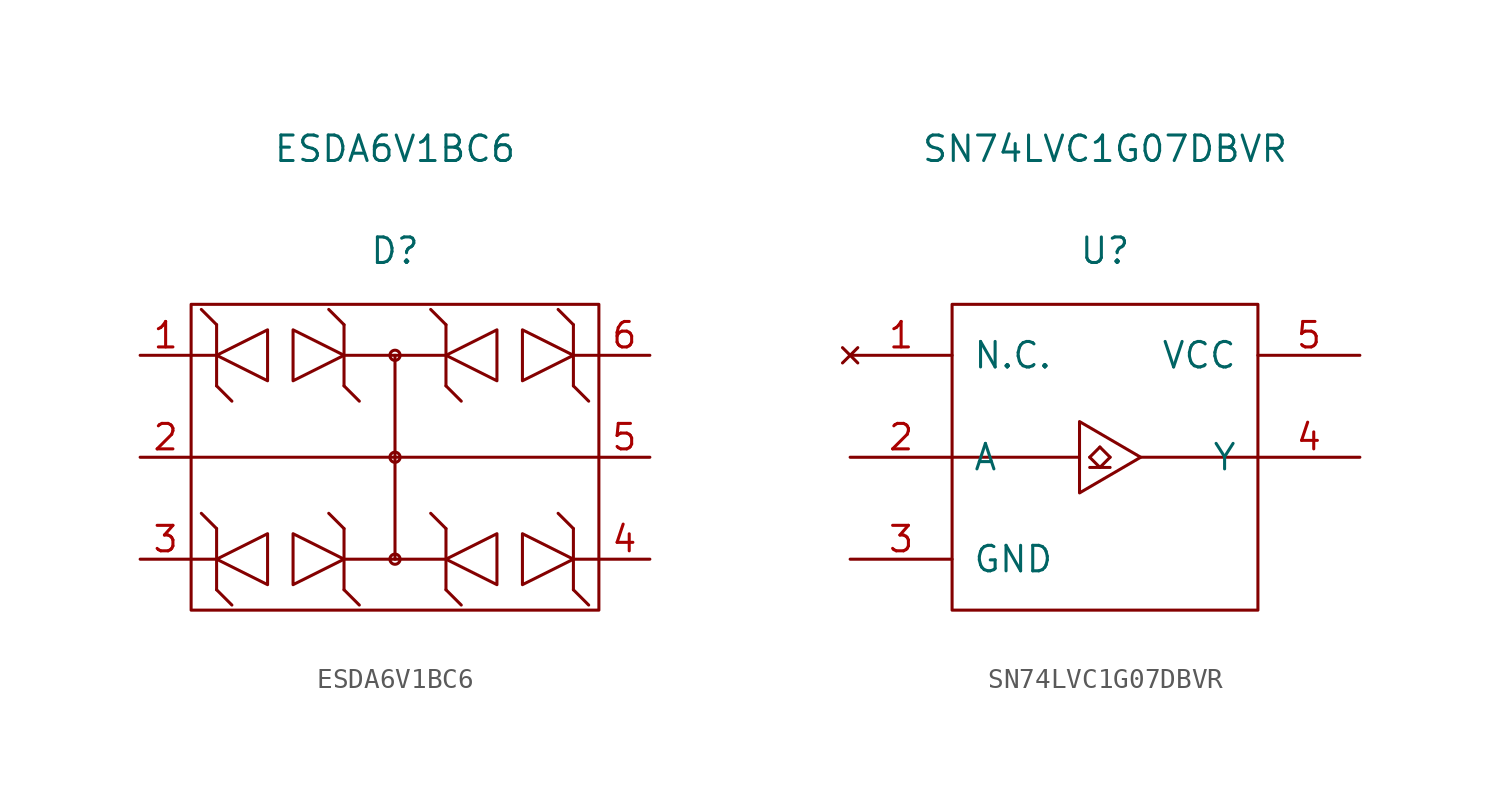
<source format=kicad_sym>
(kicad_symbol_lib
  (version 20231120)
  (generator "kicad_symbol_editor")
  (generator_version "8.0")
  (symbol "ESDA6V1BC6"
    (pin_names
      (offset 1.016) hide)
    (property "Reference" "D"
      (at 0 10.287 0)
      (effects (font (size 1.27 1.27))))
    (property "Value" "ESDA6V1BC6"
      (at 0 15.367 0)
      (effects (font (size 1.27 1.27))))
    (symbol "ESDA6V1BC6_1_1"
      (rectangle (start -10.16 7.62) (end 10.16 -7.62) (stroke (width 0.152) (type solid)) (fill (type none)))
      (circle (center 0 -5.08) (radius 0.254) (stroke (width 0.152) (type solid)) (fill (type none)))
      (polyline (pts (xy -10.16 0) (xy 10.16 0)) (stroke (width 0.152) (type solid)) (fill (type none)))
      (polyline (pts (xy -9.652 -2.794) (xy -8.89 -3.556)) (stroke (width 0.152) (type solid)) (fill (type none)))
      (polyline (pts (xy -9.652 7.366) (xy -8.89 6.604)) (stroke (width 0.152) (type solid)) (fill (type none)))
      (polyline (pts (xy -8.89 -6.604) (xy -8.89 -3.556)) (stroke (width 0.152) (type solid)) (fill (type none)))
      (polyline (pts (xy -8.89 -6.604) (xy -8.128 -7.366)) (stroke (width 0.152) (type solid)) (fill (type none)))
      (polyline (pts (xy -8.89 -5.08) (xy -10.16 -5.08)) (stroke (width 0.152) (type solid)) (fill (type none)))
      (polyline (pts (xy -8.89 3.556) (xy -8.89 6.604)) (stroke (width 0.152) (type solid)) (fill (type none)))
      (polyline (pts (xy -8.89 3.556) (xy -8.128 2.794)) (stroke (width 0.152) (type solid)) (fill (type none)))
      (polyline (pts (xy -8.89 5.08) (xy -10.16 5.08)) (stroke (width 0.152) (type solid)) (fill (type none)))
      (polyline (pts (xy -2.54 -5.08) (xy 2.54 -5.08)) (stroke (width 0.152) (type solid)) (fill (type none)))
      (polyline (pts (xy -2.54 -3.556) (xy -3.302 -2.794)) (stroke (width 0.152) (type solid)) (fill (type none)))
      (polyline (pts (xy -2.54 -3.556) (xy -2.54 -6.604)) (stroke (width 0.152) (type solid)) (fill (type none)))
      (polyline (pts (xy -2.54 5.08) (xy 2.54 5.08)) (stroke (width 0.152) (type solid)) (fill (type none)))
      (polyline (pts (xy -2.54 6.604) (xy -3.302 7.366)) (stroke (width 0.152) (type solid)) (fill (type none)))
      (polyline (pts (xy -2.54 6.604) (xy -2.54 3.556)) (stroke (width 0.152) (type solid)) (fill (type none)))
      (polyline (pts (xy -1.778 -7.366) (xy -2.54 -6.604)) (stroke (width 0.152) (type solid)) (fill (type none)))
      (polyline (pts (xy -1.778 2.794) (xy -2.54 3.556)) (stroke (width 0.152) (type solid)) (fill (type none)))
      (polyline (pts (xy 0 5.08) (xy 0 -5.08)) (stroke (width 0.152) (type solid)) (fill (type none)))
      (polyline (pts (xy 1.778 -2.794) (xy 2.54 -3.556)) (stroke (width 0.152) (type solid)) (fill (type none)))
      (polyline (pts (xy 1.778 7.366) (xy 2.54 6.604)) (stroke (width 0.152) (type solid)) (fill (type none)))
      (polyline (pts (xy 2.54 -6.604) (xy 2.54 -3.556)) (stroke (width 0.152) (type solid)) (fill (type none)))
      (polyline (pts (xy 2.54 -6.604) (xy 3.302 -7.366)) (stroke (width 0.152) (type solid)) (fill (type none)))
      (polyline (pts (xy 2.54 3.556) (xy 2.54 6.604)) (stroke (width 0.152) (type solid)) (fill (type none)))
      (polyline (pts (xy 2.54 3.556) (xy 3.302 2.794)) (stroke (width 0.152) (type solid)) (fill (type none)))
      (polyline (pts (xy 8.89 -5.08) (xy 10.16 -5.08)) (stroke (width 0.152) (type solid)) (fill (type none)))
      (polyline (pts (xy 8.89 -3.556) (xy 8.128 -2.794)) (stroke (width 0.152) (type solid)) (fill (type none)))
      (polyline (pts (xy 8.89 -3.556) (xy 8.89 -6.604)) (stroke (width 0.152) (type solid)) (fill (type none)))
      (polyline (pts (xy 8.89 5.08) (xy 10.16 5.08)) (stroke (width 0.152) (type solid)) (fill (type none)))
      (polyline (pts (xy 8.89 6.604) (xy 8.128 7.366)) (stroke (width 0.152) (type solid)) (fill (type none)))
      (polyline (pts (xy 8.89 6.604) (xy 8.89 3.556)) (stroke (width 0.152) (type solid)) (fill (type none)))
      (polyline (pts (xy 9.652 -7.366) (xy 8.89 -6.604)) (stroke (width 0.152) (type solid)) (fill (type none)))
      (polyline (pts (xy 9.652 2.794) (xy 8.89 3.556)) (stroke (width 0.152) (type solid)) (fill (type none)))
      (polyline (pts (xy -6.35 -6.35) (xy -8.89 -5.08) (xy -6.35 -3.81) (xy -6.35 -6.35)) (stroke (width 0.152) (type solid)) (fill (type none)))
      (polyline (pts (xy -6.35 3.81) (xy -8.89 5.08) (xy -6.35 6.35) (xy -6.35 3.81)) (stroke (width 0.152) (type solid)) (fill (type none)))
      (polyline (pts (xy -5.08 -3.81) (xy -2.54 -5.08) (xy -5.08 -6.35) (xy -5.08 -3.81)) (stroke (width 0.152) (type solid)) (fill (type none)))
      (polyline (pts (xy -5.08 6.35) (xy -2.54 5.08) (xy -5.08 3.81) (xy -5.08 6.35)) (stroke (width 0.152) (type solid)) (fill (type none)))
      (polyline (pts (xy 5.08 -6.35) (xy 2.54 -5.08) (xy 5.08 -3.81) (xy 5.08 -6.35)) (stroke (width 0.152) (type solid)) (fill (type none)))
      (polyline (pts (xy 5.08 3.81) (xy 2.54 5.08) (xy 5.08 6.35) (xy 5.08 3.81)) (stroke (width 0.152) (type solid)) (fill (type none)))
      (polyline (pts (xy 6.35 -3.81) (xy 8.89 -5.08) (xy 6.35 -6.35) (xy 6.35 -3.81)) (stroke (width 0.152) (type solid)) (fill (type none)))
      (polyline (pts (xy 6.35 6.35) (xy 8.89 5.08) (xy 6.35 3.81) (xy 6.35 6.35)) (stroke (width 0.152) (type solid)) (fill (type none)))
      (circle (center 0 0) (radius 0.254) (stroke (width 0.152) (type solid)) (fill (type none)))
      (circle (center 0 5.08) (radius 0.254) (stroke (width 0.152) (type solid)) (fill (type none)))
      (pin bidirectional line (at -12.7 5.08 0) (length 2.54) (name "1" (effects (font (size 1.27 1.27)))) (number "1" (effects (font (size 1.27 1.27)))))
      (pin power_in line (at -12.7 0 0) (length 2.54) (name "2" (effects (font (size 1.27 1.27)))) (number "2" (effects (font (size 1.27 1.27)))))
      (pin bidirectional line (at -12.7 -5.08 0) (length 2.54) (name "3" (effects (font (size 1.27 1.27)))) (number "3" (effects (font (size 1.27 1.27)))))
      (pin bidirectional line (at 12.7 -5.08 180) (length 2.54) (name "4" (effects (font (size 1.27 1.27)))) (number "4" (effects (font (size 1.27 1.27)))))
      (pin power_in line (at 12.7 0 180) (length 2.54) (name "5" (effects (font (size 1.27 1.27)))) (number "5" (effects (font (size 1.27 1.27)))))
      (pin bidirectional line (at 12.7 5.08 180) (length 2.54) (name "6" (effects (font (size 1.27 1.27)))) (number "6" (effects (font (size 1.27 1.27)))))))
  (symbol "SN74LVC1G07DBVR"
    (pin_names
      (offset 1.016))
    (property "Reference" "U"
      (at 0 10.287 0)
      (effects (font (size 1.27 1.27))))
    (property "Value" "SN74LVC1G07DBVR"
      (at 0 15.367 0)
      (effects (font (size 1.27 1.27))))
    (symbol "SN74LVC1G07DBVR_1_1"
      (rectangle (start -7.62 7.62) (end 7.62 -7.62) (stroke (width 0.152) (type solid)) (fill (type none)))
      (polyline (pts (xy -7.62 0) (xy -1.27 0)) (stroke (width 0.152) (type solid)) (fill (type none)))
      (polyline (pts (xy -0.762 0) (xy -0.254 0.508)) (stroke (width 0.152) (type solid)) (fill (type none)))
      (polyline (pts (xy -0.254 -0.508) (xy -0.762 0)) (stroke (width 0.152) (type solid)) (fill (type none)))
      (polyline (pts (xy 0.254 -0.508) (xy -0.762 -0.508)) (stroke (width 0.152) (type solid)) (fill (type none)))
      (polyline (pts (xy 0.254 0) (xy -0.254 -0.508)) (stroke (width 0.152) (type solid)) (fill (type none)))
      (polyline (pts (xy 0.254 0) (xy -0.254 0.508)) (stroke (width 0.152) (type solid)) (fill (type none)))
      (polyline (pts (xy 1.778 0) (xy 7.62 0)) (stroke (width 0.152) (type solid)) (fill (type none)))
      (polyline (pts (xy -1.27 1.778) (xy -1.27 -1.778) (xy 1.778 0) (xy -1.27 1.778) (xy -1.27 1.778)) (stroke (width 0.152) (type solid)) (fill (type none)))
      (pin no_connect line (at -12.7 5.08 0) (length 5.08) (name "N.C." (effects (font (size 1.27 1.27)))) (number "1" (effects (font (size 1.27 1.27)))))
      (pin input line (at -12.7 0 0) (length 5.08) (name "A" (effects (font (size 1.27 1.27)))) (number "2" (effects (font (size 1.27 1.27)))))
      (pin power_in line (at -12.7 -5.08 0) (length 5.08) (name "GND" (effects (font (size 1.27 1.27)))) (number "3" (effects (font (size 1.27 1.27)))))
      (pin output line (at 12.7 0 180) (length 5.08) (name "Y" (effects (font (size 1.27 1.27)))) (number "4" (effects (font (size 1.27 1.27)))))
      (pin power_in line (at 12.7 5.08 180) (length 5.08) (name "VCC" (effects (font (size 1.27 1.27)))) (number "5" (effects (font (size 1.27 1.27))))))))
</source>
